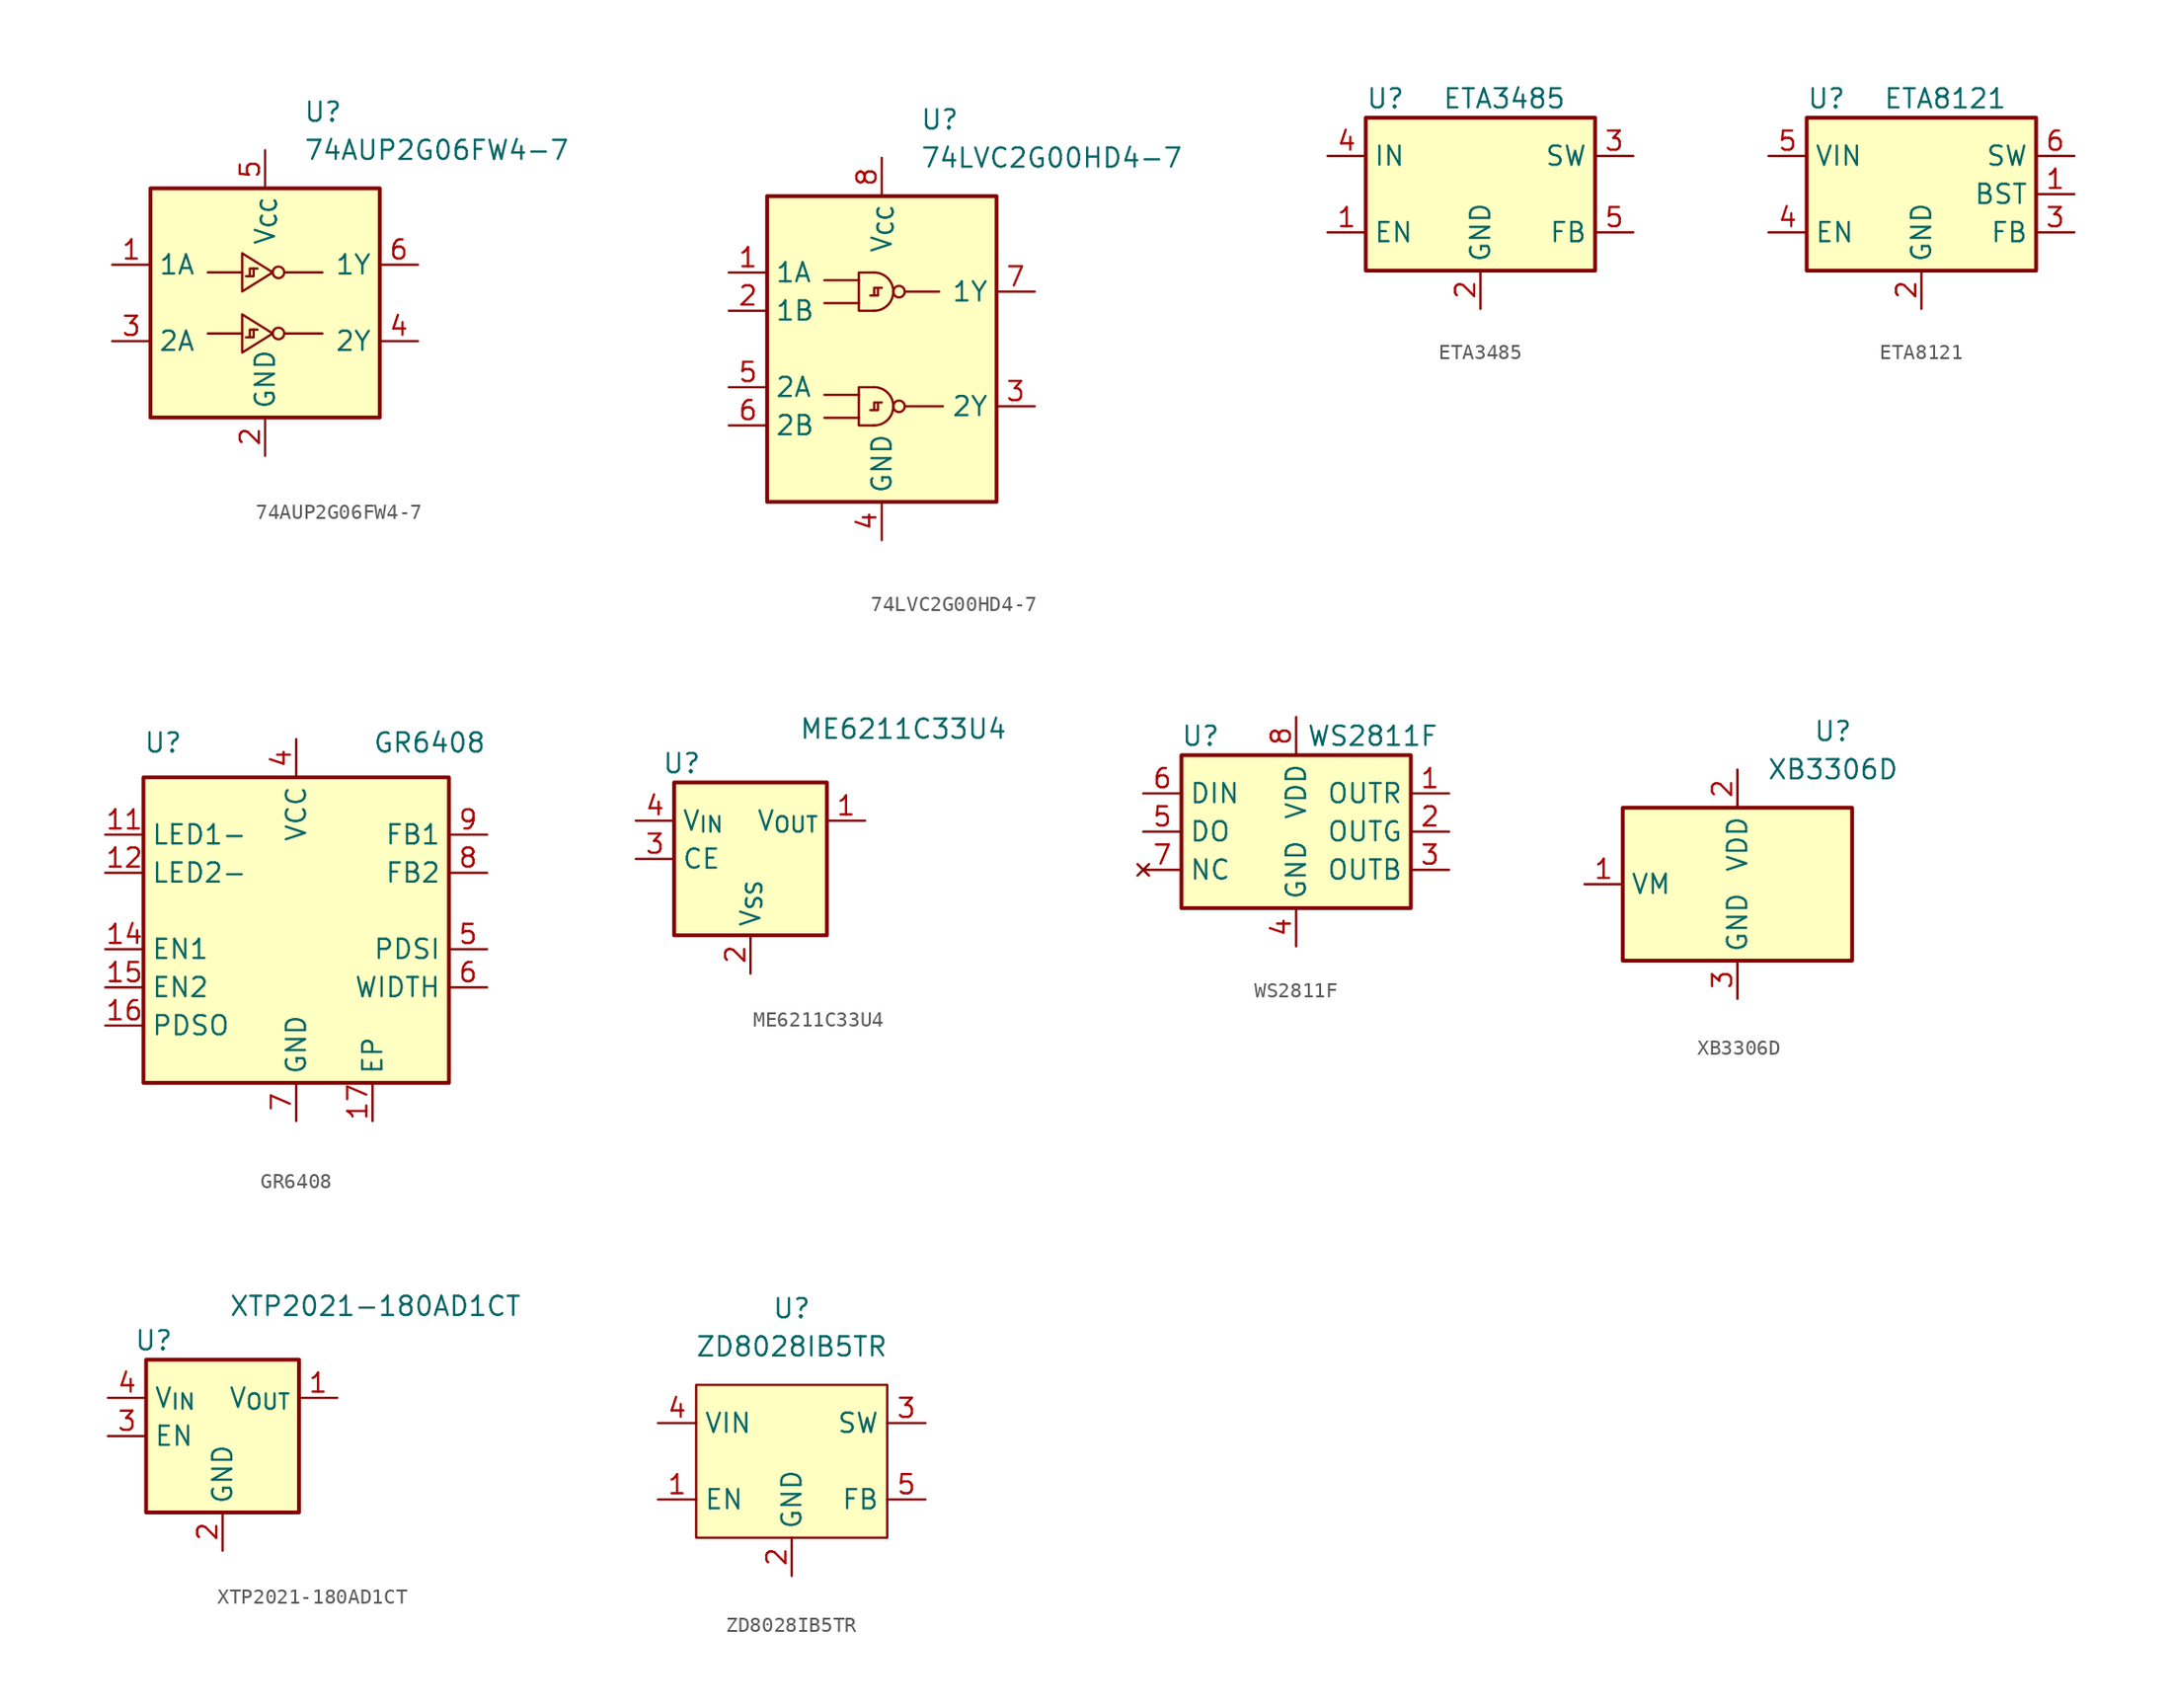
<source format=kicad_sym>
(kicad_symbol_lib
  (version 20231120)
  (generator "kicad_symbol_editor")
  (generator_version "8.0")
  (symbol "74AUP2G06FW4-7"
    (property "Reference" "U"
      (at 2.54 12.7 0)
      (effects (font (size 1.27 1.27)) (justify left)))
    (property "Value" "74AUP2G06FW4-7"
      (at 2.54 10.16 0)
      (effects (font (size 1.27 1.27)) (justify left)))
    (symbol "74AUP2G06FW4-7_1_1"
      (rectangle (start -7.62 7.62) (end 7.62 -7.62) (stroke (width 0.254) (type default)) (fill (type background)))
      (polyline (pts (xy -1.524 -2.032) (xy -3.81 -2.032)) (stroke (width 0) (type default)) (fill (type none)))
      (polyline (pts (xy -1.524 2.032) (xy -3.81 2.032)) (stroke (width 0) (type default)) (fill (type none)))
      (polyline (pts (xy -0.762 -1.778) (xy -0.508 -1.778)) (stroke (width 0) (type default)) (fill (type none)))
      (polyline (pts (xy -0.762 2.286) (xy -0.508 2.286)) (stroke (width 0) (type default)) (fill (type none)))
      (polyline (pts (xy 1.27 -2.032) (xy 3.81 -2.032)) (stroke (width 0) (type default)) (fill (type none)))
      (polyline (pts (xy 1.27 2.032) (xy 3.81 2.032)) (stroke (width 0) (type default)) (fill (type none)))
      (polyline (pts (xy -1.524 -0.762) (xy 0.508 -2.032) (xy -1.524 -3.302) (xy -1.524 -0.762)) (stroke (width 0) (type default)) (fill (type none)))
      (polyline (pts (xy -1.524 3.302) (xy 0.508 2.032) (xy -1.524 0.762) (xy -1.524 3.302)) (stroke (width 0) (type default)) (fill (type none)))
      (polyline (pts (xy -1.016 -2.286) (xy -1.016 -1.778) (xy -0.762 -1.778) (xy -0.762 -2.286) (xy -1.27 -2.286)) (stroke (width 0) (type default)) (fill (type none)))
      (polyline (pts (xy -1.016 1.778) (xy -1.016 2.286) (xy -0.762 2.286) (xy -0.762 1.778) (xy -1.27 1.778)) (stroke (width 0) (type default)) (fill (type none)))
      (circle (center 0.889 -2.032) (radius 0.381) (stroke (width 0) (type default)) (fill (type none)))
      (circle (center 0.889 2.032) (radius 0.381) (stroke (width 0) (type default)) (fill (type none)))
      (pin input line (at -10.16 2.54 0) (length 2.54) (name "1A" (effects (font (size 1.27 1.27)))) (number "1" (effects (font (size 1.27 1.27)))))
      (pin power_in line (at 0 -10.16 90) (length 2.54) (name "GND" (effects (font (size 1.27 1.27)))) (number "2" (effects (font (size 1.27 1.27)))))
      (pin input line (at -10.16 -2.54 0) (length 2.54) (name "2A" (effects (font (size 1.27 1.27)))) (number "3" (effects (font (size 1.27 1.27)))))
      (pin output line (at 10.16 -2.54 180) (length 2.54) (name "2Y" (effects (font (size 1.27 1.27)))) (number "4" (effects (font (size 1.27 1.27)))))
      (pin power_in line (at 0 10.16 270) (length 2.54) (name "V_{CC}" (effects (font (size 1.27 1.27)))) (number "5" (effects (font (size 1.27 1.27)))))
      (pin output line (at 10.16 2.54 180) (length 2.54) (name "1Y" (effects (font (size 1.27 1.27)))) (number "6" (effects (font (size 1.27 1.27)))))))
  (symbol "74LVC2G00HD4-7"
    (property "Reference" "U"
      (at 2.54 15.24 0)
      (effects (font (size 1.27 1.27)) (justify left)))
    (property "Value" "74LVC2G00HD4-7"
      (at 2.54 12.7 0)
      (effects (font (size 1.27 1.27)) (justify left)))
    (symbol "74LVC2G00HD4-7_0_1"
      (arc (start -0.508 -5.08) (mid 0.39 -4.708) (end 0.762 -3.81) (stroke (width 0) (type default)) (fill (type none)))
      (arc (start -0.508 2.54) (mid 0.39 2.912) (end 0.762 3.81) (stroke (width 0) (type default)) (fill (type none)))
      (polyline (pts (xy -0.508 -2.54) (xy -1.524 -2.54) (xy -1.524 -5.08) (xy -0.508 -5.08)) (stroke (width 0) (type default)) (fill (type none)))
      (polyline (pts (xy -0.508 5.08) (xy -1.524 5.08) (xy -1.524 2.54) (xy -0.508 2.54)) (stroke (width 0) (type default)) (fill (type none)))
      (arc (start 0.762 -3.81) (mid 0.39 -2.912) (end -0.508 -2.54) (stroke (width 0) (type default)) (fill (type none)))
      (arc (start 0.762 3.81) (mid 0.39 4.708) (end -0.508 5.08) (stroke (width 0) (type default)) (fill (type none))))
    (symbol "74LVC2G00HD4-7_1_1"
      (rectangle (start -7.62 10.16) (end 7.62 -10.16) (stroke (width 0.254) (type default)) (fill (type background)))
      (polyline (pts (xy -1.524 -4.572) (xy -3.81 -4.572)) (stroke (width 0) (type default)) (fill (type none)))
      (polyline (pts (xy -1.524 -3.048) (xy -3.81 -3.048)) (stroke (width 0) (type default)) (fill (type none)))
      (polyline (pts (xy -1.524 3.048) (xy -3.81 3.048)) (stroke (width 0) (type default)) (fill (type none)))
      (polyline (pts (xy -1.524 4.572) (xy -3.81 4.572)) (stroke (width 0) (type default)) (fill (type none)))
      (polyline (pts (xy -0.254 -3.556) (xy 0 -3.556)) (stroke (width 0) (type default)) (fill (type none)))
      (polyline (pts (xy -0.254 4.064) (xy 0 4.064)) (stroke (width 0) (type default)) (fill (type none)))
      (polyline (pts (xy 1.524 -3.81) (xy 4.064 -3.81)) (stroke (width 0) (type default)) (fill (type none)))
      (polyline (pts (xy 1.524 3.81) (xy 3.81 3.81)) (stroke (width 0) (type default)) (fill (type none)))
      (polyline (pts (xy -0.508 -4.064) (xy -0.508 -3.556) (xy -0.254 -3.556) (xy -0.254 -4.064) (xy -0.762 -4.064)) (stroke (width 0) (type default)) (fill (type none)))
      (polyline (pts (xy -0.508 3.556) (xy -0.508 4.064) (xy -0.254 4.064) (xy -0.254 3.556) (xy -0.762 3.556)) (stroke (width 0) (type default)) (fill (type none)))
      (circle (center 1.143 -3.81) (radius 0.381) (stroke (width 0) (type default)) (fill (type none)))
      (circle (center 1.143 3.81) (radius 0.381) (stroke (width 0) (type default)) (fill (type none)))
      (pin input line (at -10.16 5.08 0) (length 2.54) (name "1A" (effects (font (size 1.27 1.27)))) (number "1" (effects (font (size 1.27 1.27)))))
      (pin input line (at -10.16 2.54 0) (length 2.54) (name "1B" (effects (font (size 1.27 1.27)))) (number "2" (effects (font (size 1.27 1.27)))))
      (pin output line (at 10.16 -3.81 180) (length 2.54) (name "2Y" (effects (font (size 1.27 1.27)))) (number "3" (effects (font (size 1.27 1.27)))))
      (pin power_in line (at 0 -12.7 90) (length 2.54) (name "GND" (effects (font (size 1.27 1.27)))) (number "4" (effects (font (size 1.27 1.27)))))
      (pin input line (at -10.16 -2.54 0) (length 2.54) (name "2A" (effects (font (size 1.27 1.27)))) (number "5" (effects (font (size 1.27 1.27)))))
      (pin input line (at -10.16 -5.08 0) (length 2.54) (name "2B" (effects (font (size 1.27 1.27)))) (number "6" (effects (font (size 1.27 1.27)))))
      (pin output line (at 10.16 3.81 180) (length 2.54) (name "1Y" (effects (font (size 1.27 1.27)))) (number "7" (effects (font (size 1.27 1.27)))))
      (pin power_in line (at 0 12.7 270) (length 2.54) (name "V_{CC}" (effects (font (size 1.27 1.27)))) (number "8" (effects (font (size 1.27 1.27)))))))
  (symbol "ETA3485"
    (property "Reference" "U"
      (at -7.62 6.35 0)
      (effects (font (size 1.27 1.27)) (justify left)))
    (property "Value" "ETA3485"
      (at -2.54 6.35 0)
      (effects (font (size 1.27 1.27)) (justify left)))
    (symbol "ETA3485_0_1"
      (rectangle (start -7.62 5.08) (end 7.62 -5.08) (stroke (width 0.254) (type default)) (fill (type background))))
    (symbol "ETA3485_1_1"
      (pin input line (at -10.16 -2.54 0) (length 2.54) (name "EN" (effects (font (size 1.27 1.27)))) (number "1" (effects (font (size 1.27 1.27)))))
      (pin power_in line (at 0 -7.62 90) (length 2.54) (name "GND" (effects (font (size 1.27 1.27)))) (number "2" (effects (font (size 1.27 1.27)))))
      (pin output line (at 10.16 2.54 180) (length 2.54) (name "SW" (effects (font (size 1.27 1.27)))) (number "3" (effects (font (size 1.27 1.27)))))
      (pin power_in line (at -10.16 2.54 0) (length 2.54) (name "IN" (effects (font (size 1.27 1.27)))) (number "4" (effects (font (size 1.27 1.27)))))
      (pin input line (at 10.16 -2.54 180) (length 2.54) (name "FB" (effects (font (size 1.27 1.27)))) (number "5" (effects (font (size 1.27 1.27)))))))
  (symbol "ETA8121"
    (property "Reference" "U"
      (at -7.62 6.35 0)
      (effects (font (size 1.27 1.27)) (justify left)))
    (property "Value" "ETA8121"
      (at -2.54 6.35 0)
      (effects (font (size 1.27 1.27)) (justify left)))
    (symbol "ETA8121_0_1"
      (rectangle (start -7.62 5.08) (end 7.62 -5.08) (stroke (width 0.254) (type default)) (fill (type background))))
    (symbol "ETA8121_1_1"
      (pin passive line (at 10.16 0 180) (length 2.54) (name "BST" (effects (font (size 1.27 1.27)))) (number "1" (effects (font (size 1.27 1.27)))))
      (pin power_in line (at 0 -7.62 90) (length 2.54) (name "GND" (effects (font (size 1.27 1.27)))) (number "2" (effects (font (size 1.27 1.27)))))
      (pin input line (at 10.16 -2.54 180) (length 2.54) (name "FB" (effects (font (size 1.27 1.27)))) (number "3" (effects (font (size 1.27 1.27)))))
      (pin input line (at -10.16 -2.54 0) (length 2.54) (name "EN" (effects (font (size 1.27 1.27)))) (number "4" (effects (font (size 1.27 1.27)))))
      (pin power_in line (at -10.16 2.54 0) (length 2.54) (name "VIN" (effects (font (size 1.27 1.27)))) (number "5" (effects (font (size 1.27 1.27)))))
      (pin output line (at 10.16 2.54 180) (length 2.54) (name "SW" (effects (font (size 1.27 1.27)))) (number "6" (effects (font (size 1.27 1.27)))))))
  (symbol "GR6408"
    (property "Reference" "U"
      (at -10.16 14.478 0)
      (effects (font (size 1.27 1.27)) (justify left top)))
    (property "Value" "GR6408"
      (at 5.08 14.478 0)
      (effects (font (size 1.27 1.27)) (justify left top)))
    (symbol "GR6408_0_1"
      (rectangle (start -10.16 11.43) (end 10.16 -8.89) (stroke (width 0.254) (type default)) (fill (type background))))
    (symbol "GR6408_1_1"
      (pin no_connect line (at -7.62 13.97 270) (length 2.54) hide (name "NC" (effects (font (size 1.27 1.27)))) (number "1" (effects (font (size 1.27 1.27)))))
      (pin no_connect line (at -5.08 -11.43 90) (length 2.54) hide (name "NC" (effects (font (size 1.27 1.27)))) (number "10" (effects (font (size 1.27 1.27)))))
      (pin open_collector line (at -12.7 7.62 0) (length 2.54) (name "LED1-" (effects (font (size 1.27 1.27)))) (number "11" (effects (font (size 1.27 1.27)))))
      (pin open_collector line (at -12.7 5.08 0) (length 2.54) (name "LED2-" (effects (font (size 1.27 1.27)))) (number "12" (effects (font (size 1.27 1.27)))))
      (pin no_connect line (at -7.62 -11.43 90) (length 2.54) hide (name "NC" (effects (font (size 1.27 1.27)))) (number "13" (effects (font (size 1.27 1.27)))))
      (pin input line (at -12.7 0 0) (length 2.54) (name "EN1" (effects (font (size 1.27 1.27)))) (number "14" (effects (font (size 1.27 1.27)))))
      (pin input line (at -12.7 -2.54 0) (length 2.54) (name "EN2" (effects (font (size 1.27 1.27)))) (number "15" (effects (font (size 1.27 1.27)))))
      (pin passive line (at -12.7 -5.08 0) (length 2.54) (name "PDSO" (effects (font (size 1.27 1.27)))) (number "16" (effects (font (size 1.27 1.27)))))
      (pin passive line (at 5.08 -11.43 90) (length 2.54) (name "EP" (effects (font (size 1.27 1.27)))) (number "17" (effects (font (size 1.27 1.27)))))
      (pin no_connect line (at -5.08 13.97 270) (length 2.54) hide (name "NC" (effects (font (size 1.27 1.27)))) (number "2" (effects (font (size 1.27 1.27)))))
      (pin no_connect line (at -2.54 13.97 270) (length 2.54) hide (name "NC" (effects (font (size 1.27 1.27)))) (number "3" (effects (font (size 1.27 1.27)))))
      (pin power_in line (at 0 13.97 270) (length 2.54) (name "VCC" (effects (font (size 1.27 1.27)))) (number "4" (effects (font (size 1.27 1.27)))))
      (pin passive line (at 12.7 0 180) (length 2.54) (name "PDSI" (effects (font (size 1.27 1.27)))) (number "5" (effects (font (size 1.27 1.27)))))
      (pin passive line (at 12.7 -2.54 180) (length 2.54) (name "WIDTH" (effects (font (size 1.27 1.27)))) (number "6" (effects (font (size 1.27 1.27)))))
      (pin power_in line (at 0 -11.43 90) (length 2.54) (name "GND" (effects (font (size 1.27 1.27)))) (number "7" (effects (font (size 1.27 1.27)))))
      (pin passive line (at 12.7 5.08 180) (length 2.54) (name "FB2" (effects (font (size 1.27 1.27)))) (number "8" (effects (font (size 1.27 1.27)))))
      (pin passive line (at 12.7 7.62 180) (length 2.54) (name "FB1" (effects (font (size 1.27 1.27)))) (number "9" (effects (font (size 1.27 1.27)))))))
  (symbol "ME6211C33U4"
    (property "Reference" "U"
      (at -4.572 6.35 0)
      (effects (font (size 1.27 1.27))))
    (property "Value" "ME6211C33U4"
      (at 10.16 8.636 0)
      (effects (font (size 1.27 1.27))))
    (symbol "ME6211C33U4_1_1"
      (rectangle (start -5.08 5.08) (end 5.08 -5.08) (stroke (width 0.254) (type default)) (fill (type background)))
      (pin power_out line (at 7.62 2.54 180) (length 2.54) (name "V_{OUT}" (effects (font (size 1.27 1.27)))) (number "1" (effects (font (size 1.27 1.27)))))
      (pin power_in line (at 0 -7.62 90) (length 2.54) (name "V_{SS}" (effects (font (size 1.27 1.27)))) (number "2" (effects (font (size 1.27 1.27)))))
      (pin input line (at -7.62 0 0) (length 2.54) (name "CE" (effects (font (size 1.27 1.27)))) (number "3" (effects (font (size 1.27 1.27)))))
      (pin power_in line (at -7.62 2.54 0) (length 2.54) (name "V_{IN}" (effects (font (size 1.27 1.27)))) (number "4" (effects (font (size 1.27 1.27)))))
      (pin no_connect line (at 5.08 0 180) (length 2.54) hide (name "NC" (effects (font (size 1.27 1.27)))) (number "5" (effects (font (size 1.27 1.27)))))))
  (symbol "WS2811F"
    (property "Reference" "U"
      (at -6.35 6.35 0)
      (effects (font (size 1.27 1.27))))
    (property "Value" "WS2811F"
      (at 5.08 6.35 0)
      (effects (font (size 1.27 1.27))))
    (symbol "WS2811F_0_1"
      (rectangle (start -7.62 5.08) (end 7.62 -5.08) (stroke (width 0.254) (type default)) (fill (type background))))
    (symbol "WS2811F_1_1"
      (pin output line (at 10.16 2.54 180) (length 2.54) (name "OUTR" (effects (font (size 1.27 1.27)))) (number "1" (effects (font (size 1.27 1.27)))))
      (pin output line (at 10.16 0 180) (length 2.54) (name "OUTG" (effects (font (size 1.27 1.27)))) (number "2" (effects (font (size 1.27 1.27)))))
      (pin output line (at 10.16 -2.54 180) (length 2.54) (name "OUTB" (effects (font (size 1.27 1.27)))) (number "3" (effects (font (size 1.27 1.27)))))
      (pin power_in line (at 0 -7.62 90) (length 2.54) (name "GND" (effects (font (size 1.27 1.27)))) (number "4" (effects (font (size 1.27 1.27)))))
      (pin output line (at -10.16 0 0) (length 2.54) (name "DO" (effects (font (size 1.27 1.27)))) (number "5" (effects (font (size 1.27 1.27)))))
      (pin input line (at -10.16 2.54 0) (length 2.54) (name "DIN" (effects (font (size 1.27 1.27)))) (number "6" (effects (font (size 1.27 1.27)))))
      (pin no_connect line (at -10.16 -2.54 0) (length 2.54) (name "NC" (effects (font (size 1.27 1.27)))) (number "7" (effects (font (size 1.27 1.27)))))
      (pin power_in line (at 0 7.62 270) (length 2.54) (name "VDD" (effects (font (size 1.27 1.27)))) (number "8" (effects (font (size 1.27 1.27)))))))
  (symbol "XB3306D"
    (property "Reference" "U"
      (at 6.35 10.16 0)
      (effects (font (size 1.27 1.27))))
    (property "Value" "XB3306D"
      (at 6.35 7.62 0)
      (effects (font (size 1.27 1.27))))
    (symbol "XB3306D_0_1"
      (rectangle (start -7.62 5.08) (end 7.62 -5.08) (stroke (width 0.254) (type default)) (fill (type background))))
    (symbol "XB3306D_1_1"
      (pin passive line (at -10.16 0 0) (length 2.54) (name "VM" (effects (font (size 1.27 1.27)))) (number "1" (effects (font (size 1.27 1.27)))))
      (pin power_in line (at 0 7.62 270) (length 2.54) (name "VDD" (effects (font (size 1.27 1.27)))) (number "2" (effects (font (size 1.27 1.27)))))
      (pin power_in line (at 0 -7.62 90) (length 2.54) (name "GND" (effects (font (size 1.27 1.27)))) (number "3" (effects (font (size 1.27 1.27)))))))
  (symbol "XTP2021-180AD1CT"
    (property "Reference" "U"
      (at -4.572 6.35 0)
      (effects (font (size 1.27 1.27))))
    (property "Value" "XTP2021-180AD1CT"
      (at 10.16 8.636 0)
      (effects (font (size 1.27 1.27))))
    (symbol "XTP2021-180AD1CT_1_1"
      (rectangle (start -5.08 5.08) (end 5.08 -5.08) (stroke (width 0.254) (type default)) (fill (type background)))
      (pin power_out line (at 7.62 2.54 180) (length 2.54) (name "V_{OUT}" (effects (font (size 1.27 1.27)))) (number "1" (effects (font (size 1.27 1.27)))))
      (pin power_in line (at 0 -7.62 90) (length 2.54) (name "GND" (effects (font (size 1.27 1.27)))) (number "2" (effects (font (size 1.27 1.27)))))
      (pin input line (at -7.62 0 0) (length 2.54) (name "EN" (effects (font (size 1.27 1.27)))) (number "3" (effects (font (size 1.27 1.27)))))
      (pin power_in line (at -7.62 2.54 0) (length 2.54) (name "V_{IN}" (effects (font (size 1.27 1.27)))) (number "4" (effects (font (size 1.27 1.27)))))
      (pin passive line (at 0 -7.62 90) (length 2.54) hide (name "GND" (effects (font (size 1.27 1.27)))) (number "5" (effects (font (size 1.27 1.27)))))))
  (symbol "ZD8028IB5TR"
    (property "Reference" "U"
      (at 0 10.16 0)
      (effects (font (size 1.27 1.27))))
    (property "Value" "ZD8028IB5TR"
      (at 0 7.62 0)
      (effects (font (size 1.27 1.27))))
    (symbol "ZD8028IB5TR_0_1"
      (rectangle (start -6.35 5.08) (end 6.35 -5.08) (stroke (width 0) (type default)) (fill (type background)))
      (pin input line (at -8.89 -2.54 0) (length 2.54) (name "EN" (effects (font (size 1.27 1.27)))) (number "1" (effects (font (size 1.27 1.27)))))
      (pin power_in line (at 0 -7.62 90) (length 2.54) (name "GND" (effects (font (size 1.27 1.27)))) (number "2" (effects (font (size 1.27 1.27)))))
      (pin output line (at 8.89 2.54 180) (length 2.54) (name "SW" (effects (font (size 1.27 1.27)))) (number "3" (effects (font (size 1.27 1.27)))))
      (pin power_in line (at -8.89 2.54 0) (length 2.54) (name "VIN" (effects (font (size 1.27 1.27)))) (number "4" (effects (font (size 1.27 1.27)))))
      (pin input line (at 8.89 -2.54 180) (length 2.54) (name "FB" (effects (font (size 1.27 1.27)))) (number "5" (effects (font (size 1.27 1.27))))))))
</source>
